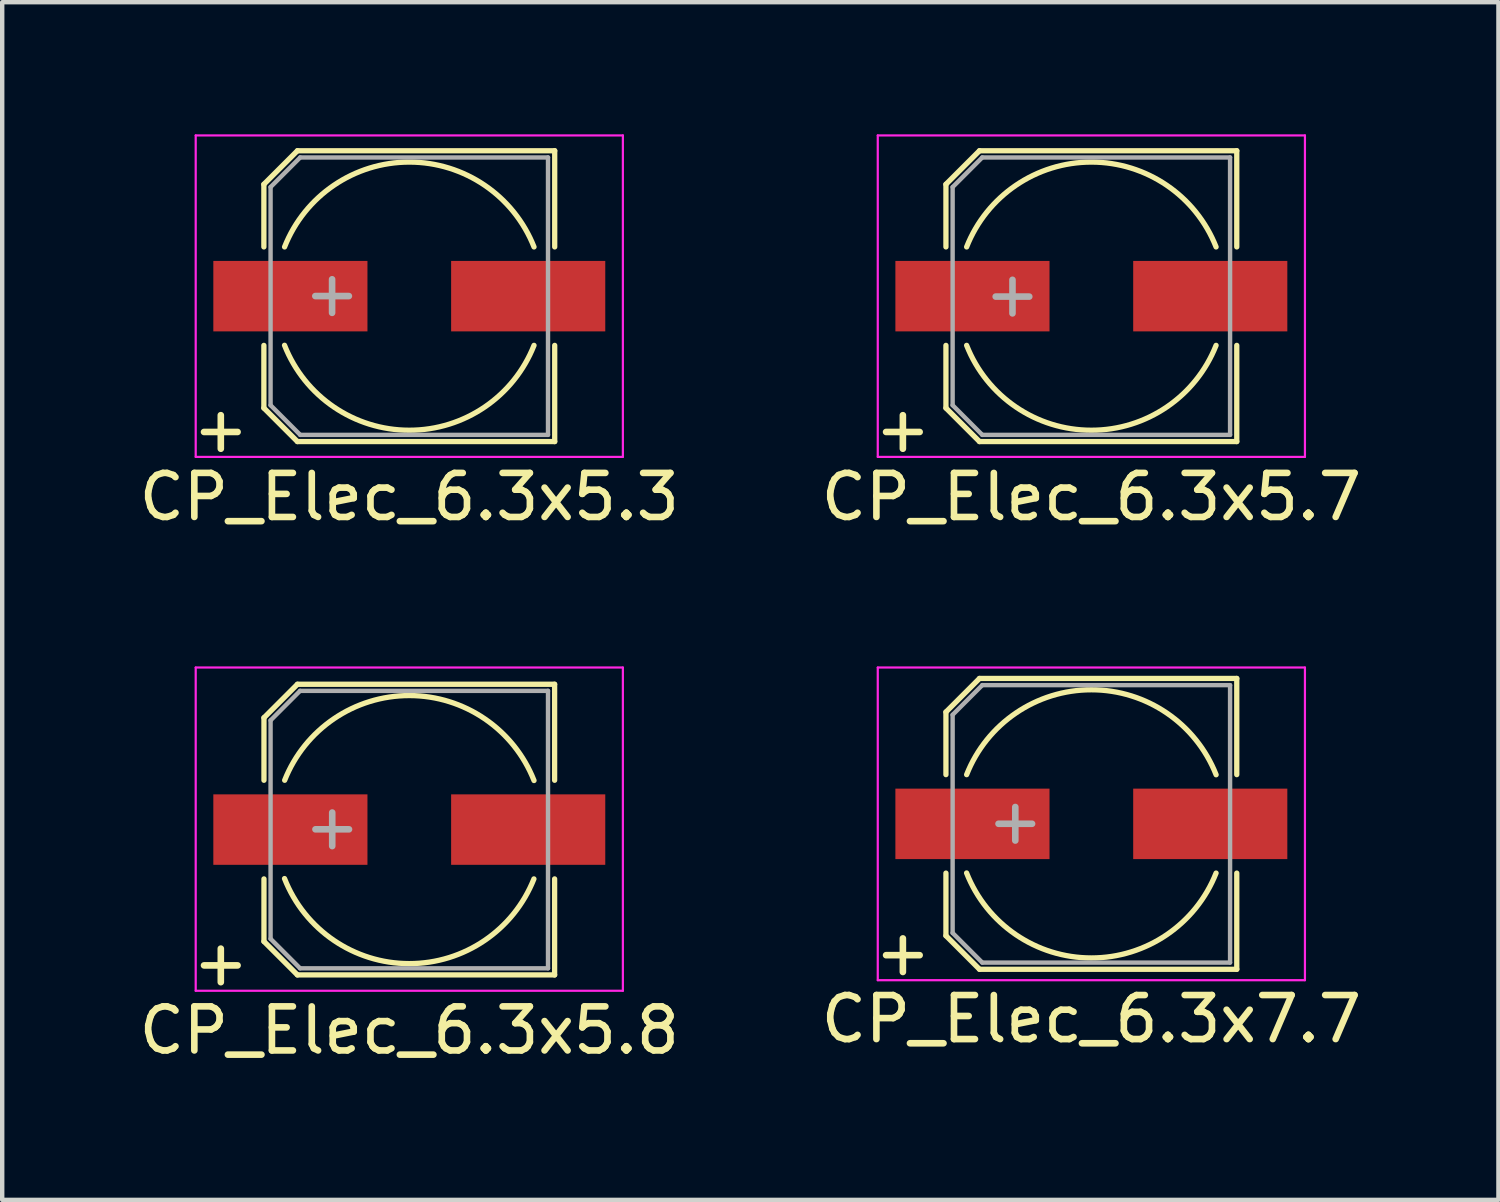
<source format=kicad_pcb>
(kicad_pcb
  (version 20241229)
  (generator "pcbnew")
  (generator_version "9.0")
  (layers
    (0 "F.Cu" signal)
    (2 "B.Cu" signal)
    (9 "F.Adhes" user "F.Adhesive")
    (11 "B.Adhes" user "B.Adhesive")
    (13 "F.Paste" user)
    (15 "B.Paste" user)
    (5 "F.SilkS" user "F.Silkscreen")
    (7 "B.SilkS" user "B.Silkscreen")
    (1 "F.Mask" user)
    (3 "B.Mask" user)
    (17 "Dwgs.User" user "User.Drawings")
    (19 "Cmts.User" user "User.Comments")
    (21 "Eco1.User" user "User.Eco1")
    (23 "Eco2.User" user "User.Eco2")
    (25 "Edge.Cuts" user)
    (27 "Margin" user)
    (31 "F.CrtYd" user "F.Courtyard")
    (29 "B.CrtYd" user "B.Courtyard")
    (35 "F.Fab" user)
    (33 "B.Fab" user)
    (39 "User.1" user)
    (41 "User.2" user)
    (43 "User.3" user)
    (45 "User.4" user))
  (footprint "CP_Elec_6.3x5.7"
    (layer "F.Cu")
    (at 21.732 3.675)
    (property "Reference" "CP_Elec_6.3x5.7" (at 0 4.559 0) (layer "F.SilkS") (effects (font (size 1 1) (thickness 0.15))))
    (attr smd)
    (fp_line (start -3.302 -2.54) (end -3.302 -1.118) (stroke (width 0.12) (type solid)) (layer "F.SilkS"))
    (fp_line (start -3.302 -2.54) (end -2.54 -3.302) (stroke (width 0.12) (type solid)) (layer "F.SilkS"))
    (fp_line (start -3.302 2.54) (end -3.302 1.118) (stroke (width 0.12) (type solid)) (layer "F.SilkS"))
    (fp_line (start -2.54 -3.302) (end 3.302 -3.302) (stroke (width 0.12) (type solid)) (layer "F.SilkS"))
    (fp_line (start -2.54 3.302) (end -3.302 2.54) (stroke (width 0.12) (type solid)) (layer "F.SilkS"))
    (fp_line (start 3.302 -3.302) (end 3.302 -1.118) (stroke (width 0.12) (type solid)) (layer "F.SilkS"))
    (fp_line (start 3.302 3.302) (end -2.54 3.302) (stroke (width 0.12) (type solid)) (layer "F.SilkS"))
    (fp_line (start 3.302 3.302) (end 3.302 1.118) (stroke (width 0.12) (type solid)) (layer "F.SilkS"))
    (fp_arc (start -2.8321 -1.1176) (mid 0 -3.044638) (end 2.8321 -1.1176) (stroke (width 0.12) (type solid)) (layer "F.SilkS"))
    (fp_arc (start 2.8321 1.1176) (mid 0 3.044638) (end -2.8321 1.1176) (stroke (width 0.12) (type solid)) (layer "F.SilkS"))
    (fp_line (start -4.85 -3.65) (end -4.85 3.65) (stroke (width 0.05) (type solid)) (layer "F.CrtYd"))
    (fp_line (start -4.85 3.65) (end 4.85 3.65) (stroke (width 0.05) (type solid)) (layer "F.CrtYd"))
    (fp_line (start 4.85 -3.65) (end -4.85 -3.65) (stroke (width 0.05) (type solid)) (layer "F.CrtYd"))
    (fp_line (start 4.85 3.65) (end 4.85 -3.65) (stroke (width 0.05) (type solid)) (layer "F.CrtYd"))
    (fp_line (start -3.15 -2.477) (end -3.15 2.477) (stroke (width 0.1) (type solid)) (layer "F.Fab"))
    (fp_line (start -3.15 2.477) (end -2.477 3.15) (stroke (width 0.1) (type solid)) (layer "F.Fab"))
    (fp_line (start -2.477 -3.15) (end -3.15 -2.477) (stroke (width 0.1) (type solid)) (layer "F.Fab"))
    (fp_line (start -2.477 3.15) (end 3.15 3.15) (stroke (width 0.1) (type solid)) (layer "F.Fab"))
    (fp_line (start 3.15 -3.15) (end -2.477 -3.15) (stroke (width 0.1) (type solid)) (layer "F.Fab"))
    (fp_line (start 3.15 3.15) (end 3.15 -3.15) (stroke (width 0.1) (type solid)) (layer "F.Fab"))
    (fp_text user "+" (at -4.28 3.01 0) (layer "F.SilkS") (effects (font (size 1 1) (thickness 0.15))))
    (fp_text user "+" (at -1.791 -0.064 0) (layer "F.Fab") (effects (font (size 1 1) (thickness 0.15))))
    (pad "1" smd rect (at -2.7 0 180) (size 3.5 1.6) (layers "F.Cu" "F.Mask" "F.Paste"))
    (pad "2" smd rect (at 2.7 0 180) (size 3.5 1.6) (layers "F.Cu" "F.Mask" "F.Paste")))
  (footprint "CP_Elec_6.3x7.7"
    (layer "F.Cu")
    (at 21.732 15.658)
    (property "Reference" "CP_Elec_6.3x7.7" (at 0 4.432 0) (layer "F.SilkS") (effects (font (size 1 1) (thickness 0.15))))
    (attr smd)
    (fp_line (start -3.302 -2.54) (end -3.302 -1.118) (stroke (width 0.12) (type solid)) (layer "F.SilkS"))
    (fp_line (start -3.302 -2.54) (end -2.54 -3.302) (stroke (width 0.12) (type solid)) (layer "F.SilkS"))
    (fp_line (start -3.302 2.54) (end -3.302 1.118) (stroke (width 0.12) (type solid)) (layer "F.SilkS"))
    (fp_line (start -2.54 -3.302) (end 3.302 -3.302) (stroke (width 0.12) (type solid)) (layer "F.SilkS"))
    (fp_line (start -2.54 3.302) (end -3.302 2.54) (stroke (width 0.12) (type solid)) (layer "F.SilkS"))
    (fp_line (start 3.302 -3.302) (end 3.302 -1.118) (stroke (width 0.12) (type solid)) (layer "F.SilkS"))
    (fp_line (start 3.302 3.302) (end -2.54 3.302) (stroke (width 0.12) (type solid)) (layer "F.SilkS"))
    (fp_line (start 3.302 3.302) (end 3.302 1.118) (stroke (width 0.12) (type solid)) (layer "F.SilkS"))
    (fp_arc (start -2.8321 -1.1176) (mid 0.001257 -3.044638) (end 2.833022 -1.115262) (stroke (width 0.12) (type solid)) (layer "F.SilkS"))
    (fp_arc (start 2.8321 1.1176) (mid -0.001257 3.044638) (end -2.833022 1.115262) (stroke (width 0.12) (type solid)) (layer "F.SilkS"))
    (fp_line (start -4.85 -3.55) (end -4.85 3.55) (stroke (width 0.05) (type solid)) (layer "F.CrtYd"))
    (fp_line (start -4.85 3.55) (end 4.85 3.55) (stroke (width 0.05) (type solid)) (layer "F.CrtYd"))
    (fp_line (start 4.85 -3.55) (end -4.85 -3.55) (stroke (width 0.05) (type solid)) (layer "F.CrtYd"))
    (fp_line (start 4.85 3.55) (end 4.85 -3.55) (stroke (width 0.05) (type solid)) (layer "F.CrtYd"))
    (fp_line (start -3.15 -2.477) (end -3.15 2.477) (stroke (width 0.1) (type solid)) (layer "F.Fab"))
    (fp_line (start -3.15 2.477) (end -2.477 3.15) (stroke (width 0.1) (type solid)) (layer "F.Fab"))
    (fp_line (start -2.477 -3.15) (end -3.15 -2.477) (stroke (width 0.1) (type solid)) (layer "F.Fab"))
    (fp_line (start -2.477 3.15) (end 3.15 3.15) (stroke (width 0.1) (type solid)) (layer "F.Fab"))
    (fp_line (start 3.15 -3.15) (end -2.477 -3.15) (stroke (width 0.1) (type solid)) (layer "F.Fab"))
    (fp_line (start 3.15 3.15) (end 3.15 -3.15) (stroke (width 0.1) (type solid)) (layer "F.Fab"))
    (fp_text user "+" (at -4.28 2.908 0) (layer "F.SilkS") (effects (font (size 1 1) (thickness 0.15))))
    (fp_text user "+" (at -1.727 -0.076 0) (layer "F.Fab") (effects (font (size 1 1) (thickness 0.15))))
    (pad "1" smd rect (at -2.7 0 180) (size 3.5 1.6) (layers "F.Cu" "F.Mask" "F.Paste"))
    (pad "2" smd rect (at 2.7 0 180) (size 3.5 1.6) (layers "F.Cu" "F.Mask" "F.Paste")))
  (footprint "CP_Elec_6.3x5.8"
    (layer "F.Cu")
    (at 6.244 15.788)
    (property "Reference" "CP_Elec_6.3x5.8" (at 0 4.56 0) (layer "F.SilkS") (effects (font (size 1 1) (thickness 0.15))))
    (attr smd)
    (fp_line (start -3.3 -2.54) (end -3.3 -1.12) (stroke (width 0.12) (type solid)) (layer "F.SilkS"))
    (fp_line (start -3.3 -2.54) (end -2.54 -3.3) (stroke (width 0.12) (type solid)) (layer "F.SilkS"))
    (fp_line (start -3.3 2.54) (end -3.3 1.12) (stroke (width 0.12) (type solid)) (layer "F.SilkS"))
    (fp_line (start -2.54 -3.3) (end 3.3 -3.3) (stroke (width 0.12) (type solid)) (layer "F.SilkS"))
    (fp_line (start -2.54 3.3) (end -3.3 2.54) (stroke (width 0.12) (type solid)) (layer "F.SilkS"))
    (fp_line (start 3.3 -3.3) (end 3.3 -1.12) (stroke (width 0.12) (type solid)) (layer "F.SilkS"))
    (fp_line (start 3.3 3.3) (end -2.54 3.3) (stroke (width 0.12) (type solid)) (layer "F.SilkS"))
    (fp_line (start 3.3 3.3) (end 3.3 1.12) (stroke (width 0.12) (type solid)) (layer "F.SilkS"))
    (fp_arc (start -2.83 -1.12) (mid 0.00301 -3.043565) (end 2.83221 -1.1144) (stroke (width 0.12) (type solid)) (layer "F.SilkS"))
    (fp_arc (start 2.83 1.12) (mid -0.004072 3.043564) (end -2.832987 1.112423) (stroke (width 0.12) (type solid)) (layer "F.SilkS"))
    (fp_line (start -4.85 -3.68) (end 4.85 -3.68) (stroke (width 0.05) (type solid)) (layer "F.CrtYd"))
    (fp_line (start -4.85 3.66) (end -4.85 -3.68) (stroke (width 0.05) (type solid)) (layer "F.CrtYd"))
    (fp_line (start 4.85 -3.68) (end 4.85 3.66) (stroke (width 0.05) (type solid)) (layer "F.CrtYd"))
    (fp_line (start 4.85 3.66) (end -4.85 3.66) (stroke (width 0.05) (type solid)) (layer "F.CrtYd"))
    (fp_line (start -3.15 -2.48) (end -3.15 2.48) (stroke (width 0.1) (type solid)) (layer "F.Fab"))
    (fp_line (start -3.15 2.48) (end -2.48 3.15) (stroke (width 0.1) (type solid)) (layer "F.Fab"))
    (fp_line (start -2.48 -3.15) (end -3.15 -2.48) (stroke (width 0.1) (type solid)) (layer "F.Fab"))
    (fp_line (start -2.48 3.15) (end 3.15 3.15) (stroke (width 0.1) (type solid)) (layer "F.Fab"))
    (fp_line (start 3.15 -3.15) (end -2.48 -3.15) (stroke (width 0.1) (type solid)) (layer "F.Fab"))
    (fp_line (start 3.15 3.15) (end 3.15 -3.15) (stroke (width 0.1) (type solid)) (layer "F.Fab"))
    (fp_text user "+" (at -4.28 3.01 0) (layer "F.SilkS") (effects (font (size 1 1) (thickness 0.15))))
    (fp_text user "+" (at -1.75 -0.08 0) (layer "F.Fab") (effects (font (size 1 1) (thickness 0.15))))
    (pad "1" smd rect (at -2.7 0 180) (size 3.5 1.6) (layers "F.Cu" "F.Mask" "F.Paste"))
    (pad "2" smd rect (at 2.7 0 180) (size 3.5 1.6) (layers "F.Cu" "F.Mask" "F.Paste")))
  (footprint "CP_Elec_6.3x5.3"
    (layer "F.Cu")
    (at 6.244 3.675)
    (property "Reference" "CP_Elec_6.3x5.3" (at 0 4.559 0) (layer "F.SilkS") (effects (font (size 1 1) (thickness 0.15))))
    (attr smd)
    (fp_line (start -3.302 -2.54) (end -3.302 -1.118) (stroke (width 0.12) (type solid)) (layer "F.SilkS"))
    (fp_line (start -3.302 -2.54) (end -2.54 -3.302) (stroke (width 0.12) (type solid)) (layer "F.SilkS"))
    (fp_line (start -3.302 2.54) (end -3.302 1.118) (stroke (width 0.12) (type solid)) (layer "F.SilkS"))
    (fp_line (start -2.54 -3.302) (end 3.302 -3.302) (stroke (width 0.12) (type solid)) (layer "F.SilkS"))
    (fp_line (start -2.54 3.302) (end -3.302 2.54) (stroke (width 0.12) (type solid)) (layer "F.SilkS"))
    (fp_line (start 3.302 -3.302) (end 3.302 -1.118) (stroke (width 0.12) (type solid)) (layer "F.SilkS"))
    (fp_line (start 3.302 3.302) (end -2.54 3.302) (stroke (width 0.12) (type solid)) (layer "F.SilkS"))
    (fp_line (start 3.302 3.302) (end 3.302 1.118) (stroke (width 0.12) (type solid)) (layer "F.SilkS"))
    (fp_arc (start -2.8321 -1.1176) (mid 0 -3.044638) (end 2.8321 -1.1176) (stroke (width 0.12) (type solid)) (layer "F.SilkS"))
    (fp_arc (start 2.8321 1.1176) (mid -0.001072 3.044638) (end -2.832886 1.115606) (stroke (width 0.12) (type solid)) (layer "F.SilkS"))
    (fp_line (start -4.85 -3.65) (end -4.85 3.65) (stroke (width 0.05) (type solid)) (layer "F.CrtYd"))
    (fp_line (start -4.85 3.65) (end 4.85 3.65) (stroke (width 0.05) (type solid)) (layer "F.CrtYd"))
    (fp_line (start 4.85 -3.65) (end -4.85 -3.65) (stroke (width 0.05) (type solid)) (layer "F.CrtYd"))
    (fp_line (start 4.85 3.65) (end 4.85 -3.65) (stroke (width 0.05) (type solid)) (layer "F.CrtYd"))
    (fp_line (start -3.15 -2.477) (end -3.15 2.477) (stroke (width 0.1) (type solid)) (layer "F.Fab"))
    (fp_line (start -3.15 2.477) (end -2.477 3.15) (stroke (width 0.1) (type solid)) (layer "F.Fab"))
    (fp_line (start -2.477 -3.15) (end -3.15 -2.477) (stroke (width 0.1) (type solid)) (layer "F.Fab"))
    (fp_line (start -2.477 3.15) (end 3.15 3.15) (stroke (width 0.1) (type solid)) (layer "F.Fab"))
    (fp_line (start 3.15 -3.15) (end -2.477 -3.15) (stroke (width 0.1) (type solid)) (layer "F.Fab"))
    (fp_line (start 3.15 3.15) (end 3.15 -3.15) (stroke (width 0.1) (type solid)) (layer "F.Fab"))
    (fp_text user "+" (at -4.28 3.01 0) (layer "F.SilkS") (effects (font (size 1 1) (thickness 0.15))))
    (fp_text user "+" (at -1.753 -0.076 0) (layer "F.Fab") (effects (font (size 1 1) (thickness 0.15))))
    (pad "1" smd rect (at -2.7 0 180) (size 3.5 1.6) (layers "F.Cu" "F.Mask" "F.Paste"))
    (pad "2" smd rect (at 2.7 0 180) (size 3.5 1.6) (layers "F.Cu" "F.Mask" "F.Paste")))
  (gr_rect
    (start -3 -3)
    (end 30.976 24.196)
    (stroke (width 0.1) (type default))
    (fill no)
    (layer "Edge.Cuts")))
</source>
